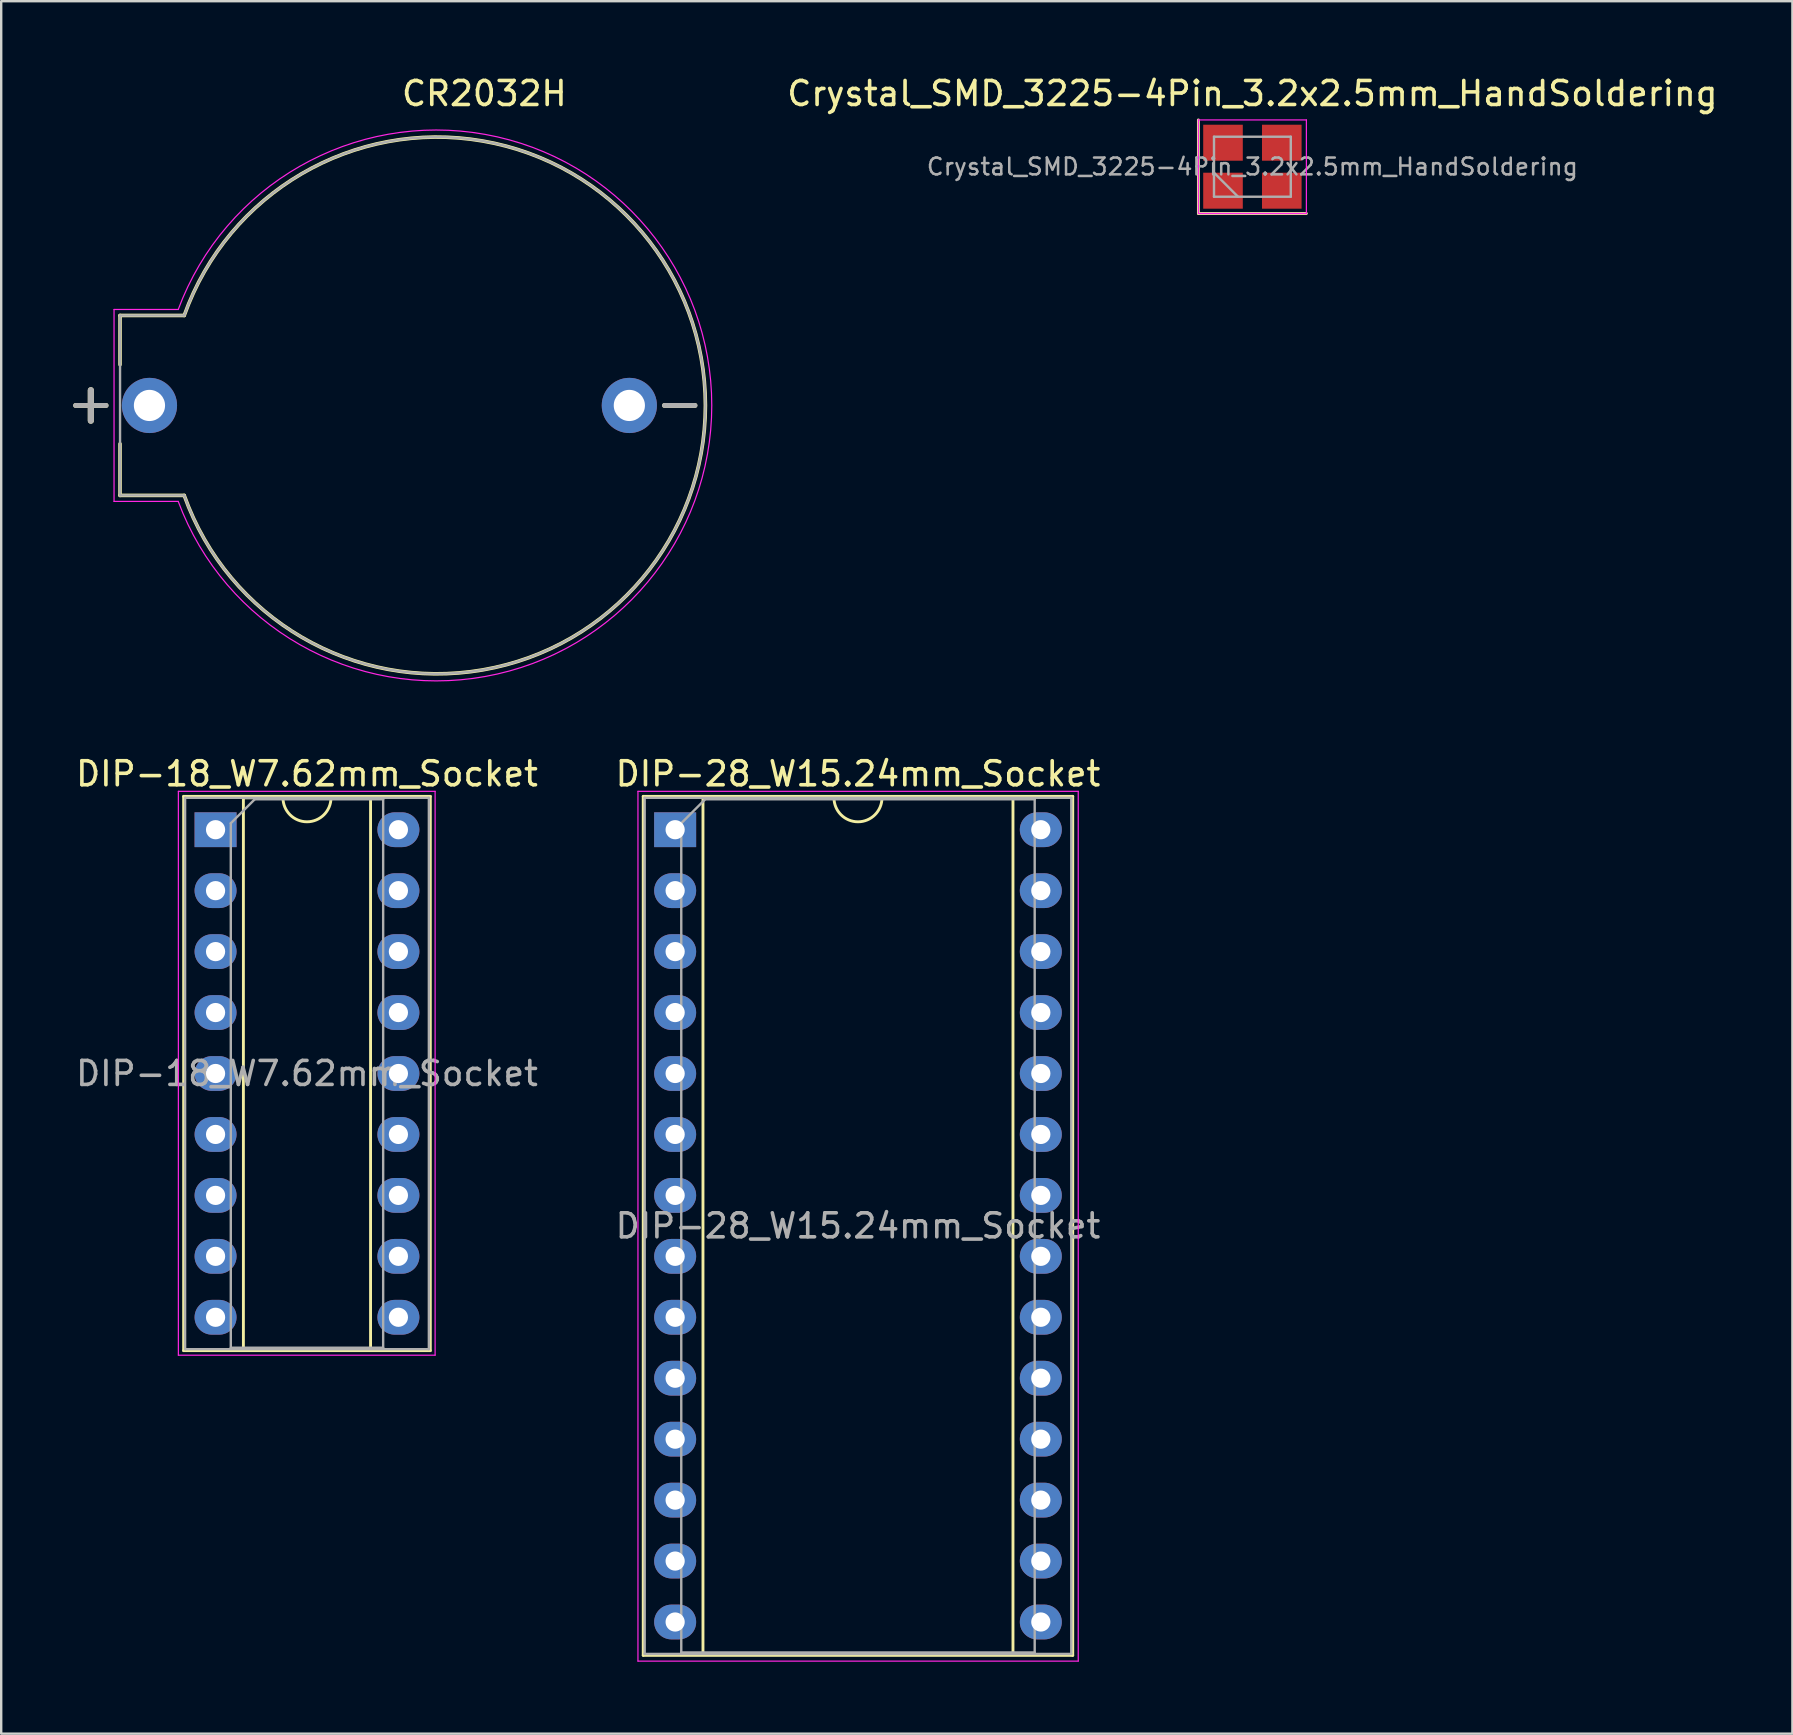
<source format=kicad_pcb>
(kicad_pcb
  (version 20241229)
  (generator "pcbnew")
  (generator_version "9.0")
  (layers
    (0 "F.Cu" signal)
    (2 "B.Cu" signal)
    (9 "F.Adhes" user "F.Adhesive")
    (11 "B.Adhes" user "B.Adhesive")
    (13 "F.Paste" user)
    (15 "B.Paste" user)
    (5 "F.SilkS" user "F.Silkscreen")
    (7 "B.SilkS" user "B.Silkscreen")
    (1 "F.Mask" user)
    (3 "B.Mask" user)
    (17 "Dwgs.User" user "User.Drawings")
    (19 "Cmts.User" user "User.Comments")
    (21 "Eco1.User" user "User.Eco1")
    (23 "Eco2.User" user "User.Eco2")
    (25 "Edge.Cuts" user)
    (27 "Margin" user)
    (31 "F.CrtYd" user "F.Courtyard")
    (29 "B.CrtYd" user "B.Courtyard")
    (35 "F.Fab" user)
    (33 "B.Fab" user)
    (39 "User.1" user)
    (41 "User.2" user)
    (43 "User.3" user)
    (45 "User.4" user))
  (footprint "DIP-18_W7.62mm_Socket"
    (layer "F.Cu")
    (at 5.934 31.53)
    (property "Reference" "DIP-18_W7.62mm_Socket" (at 3.81 -2.33 0) (layer "F.SilkS") (effects (font (size 1 1) (thickness 0.15))))
    (attr through_hole)
    (fp_line (start -1.33 -1.39) (end -1.33 21.71) (stroke (width 0.12) (type solid)) (layer "F.SilkS"))
    (fp_line (start -1.33 21.71) (end 8.95 21.71) (stroke (width 0.12) (type solid)) (layer "F.SilkS"))
    (fp_line (start 1.16 -1.33) (end 1.16 21.65) (stroke (width 0.12) (type solid)) (layer "F.SilkS"))
    (fp_line (start 1.16 21.65) (end 6.46 21.65) (stroke (width 0.12) (type solid)) (layer "F.SilkS"))
    (fp_line (start 2.81 -1.33) (end 1.16 -1.33) (stroke (width 0.12) (type solid)) (layer "F.SilkS"))
    (fp_line (start 6.46 -1.33) (end 4.81 -1.33) (stroke (width 0.12) (type solid)) (layer "F.SilkS"))
    (fp_line (start 6.46 21.65) (end 6.46 -1.33) (stroke (width 0.12) (type solid)) (layer "F.SilkS"))
    (fp_line (start 8.95 -1.39) (end -1.33 -1.39) (stroke (width 0.12) (type solid)) (layer "F.SilkS"))
    (fp_line (start 8.95 21.71) (end 8.95 -1.39) (stroke (width 0.12) (type solid)) (layer "F.SilkS"))
    (fp_arc (start 4.81 -1.33) (mid 3.81 -0.33) (end 2.81 -1.33) (stroke (width 0.12) (type solid)) (layer "F.SilkS"))
    (fp_line (start -1.55 -1.6) (end -1.55 21.9) (stroke (width 0.05) (type solid)) (layer "F.CrtYd"))
    (fp_line (start -1.55 21.9) (end 9.15 21.9) (stroke (width 0.05) (type solid)) (layer "F.CrtYd"))
    (fp_line (start 9.15 -1.6) (end -1.55 -1.6) (stroke (width 0.05) (type solid)) (layer "F.CrtYd"))
    (fp_line (start 9.15 21.9) (end 9.15 -1.6) (stroke (width 0.05) (type solid)) (layer "F.CrtYd"))
    (fp_line (start -1.27 -1.33) (end -1.27 21.65) (stroke (width 0.1) (type solid)) (layer "F.Fab"))
    (fp_line (start -1.27 21.65) (end 8.89 21.65) (stroke (width 0.1) (type solid)) (layer "F.Fab"))
    (fp_line (start 0.635 -0.27) (end 1.635 -1.27) (stroke (width 0.1) (type solid)) (layer "F.Fab"))
    (fp_line (start 0.635 21.59) (end 0.635 -0.27) (stroke (width 0.1) (type solid)) (layer "F.Fab"))
    (fp_line (start 1.635 -1.27) (end 6.985 -1.27) (stroke (width 0.1) (type solid)) (layer "F.Fab"))
    (fp_line (start 6.985 -1.27) (end 6.985 21.59) (stroke (width 0.1) (type solid)) (layer "F.Fab"))
    (fp_line (start 6.985 21.59) (end 0.635 21.59) (stroke (width 0.1) (type solid)) (layer "F.Fab"))
    (fp_line (start 8.89 -1.33) (end -1.27 -1.33) (stroke (width 0.1) (type solid)) (layer "F.Fab"))
    (fp_line (start 8.89 21.65) (end 8.89 -1.33) (stroke (width 0.1) (type solid)) (layer "F.Fab"))
    (fp_text user "${REFERENCE}" (at 3.81 10.16 0) (layer "F.Fab") (effects (font (size 1 1) (thickness 0.15))))
    (pad "1" thru_hole rect (at 0 0) (size 1.75 1.45) (drill 0.8) (layers "*.Cu" "*.Mask"))
    (pad "2" thru_hole oval (at 0 2.54) (size 1.75 1.45) (drill 0.8) (layers "*.Cu" "*.Mask"))
    (pad "3" thru_hole oval (at 0 5.08) (size 1.75 1.45) (drill 0.8) (layers "*.Cu" "*.Mask"))
    (pad "4" thru_hole oval (at 0 7.62) (size 1.75 1.45) (drill 0.8) (layers "*.Cu" "*.Mask"))
    (pad "5" thru_hole oval (at 0 10.16) (size 1.75 1.45) (drill 0.8) (layers "*.Cu" "*.Mask"))
    (pad "6" thru_hole oval (at 0 12.7) (size 1.75 1.45) (drill 0.8) (layers "*.Cu" "*.Mask"))
    (pad "7" thru_hole oval (at 0 15.24) (size 1.75 1.45) (drill 0.8) (layers "*.Cu" "*.Mask"))
    (pad "8" thru_hole oval (at 0 17.78) (size 1.75 1.45) (drill 0.8) (layers "*.Cu" "*.Mask"))
    (pad "9" thru_hole oval (at 0 20.32) (size 1.75 1.45) (drill 0.8) (layers "*.Cu" "*.Mask"))
    (pad "10" thru_hole oval (at 7.62 20.32) (size 1.75 1.45) (drill 0.8) (layers "*.Cu" "*.Mask"))
    (pad "11" thru_hole oval (at 7.62 17.78) (size 1.75 1.45) (drill 0.8) (layers "*.Cu" "*.Mask"))
    (pad "12" thru_hole oval (at 7.62 15.24) (size 1.75 1.45) (drill 0.8) (layers "*.Cu" "*.Mask"))
    (pad "13" thru_hole oval (at 7.62 12.7) (size 1.75 1.45) (drill 0.8) (layers "*.Cu" "*.Mask"))
    (pad "14" thru_hole oval (at 7.62 10.16) (size 1.75 1.45) (drill 0.8) (layers "*.Cu" "*.Mask"))
    (pad "15" thru_hole oval (at 7.62 7.62) (size 1.75 1.45) (drill 0.8) (layers "*.Cu" "*.Mask"))
    (pad "16" thru_hole oval (at 7.62 5.08) (size 1.75 1.45) (drill 0.8) (layers "*.Cu" "*.Mask"))
    (pad "17" thru_hole oval (at 7.62 2.54) (size 1.75 1.45) (drill 0.8) (layers "*.Cu" "*.Mask"))
    (pad "18" thru_hole oval (at 7.62 0) (size 1.75 1.45) (drill 0.8) (layers "*.Cu" "*.Mask")))
  (footprint "DIP-28_W15.24mm_Socket"
    (layer "F.Cu")
    (at 25.088 31.53)
    (property "Reference" "DIP-28_W15.24mm_Socket" (at 7.62 -2.33 0) (layer "F.SilkS") (effects (font (size 1 1) (thickness 0.15))))
    (attr through_hole)
    (fp_line (start -1.33 -1.39) (end -1.33 34.41) (stroke (width 0.12) (type solid)) (layer "F.SilkS"))
    (fp_line (start -1.33 34.41) (end 16.57 34.41) (stroke (width 0.12) (type solid)) (layer "F.SilkS"))
    (fp_line (start 1.16 -1.33) (end 1.16 34.35) (stroke (width 0.12) (type solid)) (layer "F.SilkS"))
    (fp_line (start 1.16 34.35) (end 14.08 34.35) (stroke (width 0.12) (type solid)) (layer "F.SilkS"))
    (fp_line (start 6.62 -1.33) (end 1.16 -1.33) (stroke (width 0.12) (type solid)) (layer "F.SilkS"))
    (fp_line (start 14.08 -1.33) (end 8.62 -1.33) (stroke (width 0.12) (type solid)) (layer "F.SilkS"))
    (fp_line (start 14.08 34.35) (end 14.08 -1.33) (stroke (width 0.12) (type solid)) (layer "F.SilkS"))
    (fp_line (start 16.57 -1.39) (end -1.33 -1.39) (stroke (width 0.12) (type solid)) (layer "F.SilkS"))
    (fp_line (start 16.57 34.41) (end 16.57 -1.39) (stroke (width 0.12) (type solid)) (layer "F.SilkS"))
    (fp_arc (start 8.62 -1.33) (mid 7.62 -0.33) (end 6.62 -1.33) (stroke (width 0.12) (type solid)) (layer "F.SilkS"))
    (fp_line (start -1.55 -1.6) (end -1.55 34.65) (stroke (width 0.05) (type solid)) (layer "F.CrtYd"))
    (fp_line (start -1.55 34.65) (end 16.8 34.65) (stroke (width 0.05) (type solid)) (layer "F.CrtYd"))
    (fp_line (start 16.8 -1.6) (end -1.55 -1.6) (stroke (width 0.05) (type solid)) (layer "F.CrtYd"))
    (fp_line (start 16.8 34.65) (end 16.8 -1.6) (stroke (width 0.05) (type solid)) (layer "F.CrtYd"))
    (fp_line (start -1.27 -1.33) (end -1.27 34.35) (stroke (width 0.1) (type solid)) (layer "F.Fab"))
    (fp_line (start -1.27 34.35) (end 16.51 34.35) (stroke (width 0.1) (type solid)) (layer "F.Fab"))
    (fp_line (start 0.255 -0.27) (end 1.255 -1.27) (stroke (width 0.1) (type solid)) (layer "F.Fab"))
    (fp_line (start 0.255 34.29) (end 0.255 -0.27) (stroke (width 0.1) (type solid)) (layer "F.Fab"))
    (fp_line (start 1.255 -1.27) (end 14.985 -1.27) (stroke (width 0.1) (type solid)) (layer "F.Fab"))
    (fp_line (start 14.985 -1.27) (end 14.985 34.29) (stroke (width 0.1) (type solid)) (layer "F.Fab"))
    (fp_line (start 14.985 34.29) (end 0.255 34.29) (stroke (width 0.1) (type solid)) (layer "F.Fab"))
    (fp_line (start 16.51 -1.33) (end -1.27 -1.33) (stroke (width 0.1) (type solid)) (layer "F.Fab"))
    (fp_line (start 16.51 34.35) (end 16.51 -1.33) (stroke (width 0.1) (type solid)) (layer "F.Fab"))
    (fp_text user "${REFERENCE}" (at 7.62 16.51 0) (layer "F.Fab") (effects (font (size 1 1) (thickness 0.15))))
    (pad "1" thru_hole rect (at 0 0) (size 1.75 1.45) (drill 0.8) (layers "*.Cu" "*.Mask"))
    (pad "2" thru_hole oval (at 0 2.54) (size 1.75 1.45) (drill 0.8) (layers "*.Cu" "*.Mask"))
    (pad "3" thru_hole oval (at 0 5.08) (size 1.75 1.45) (drill 0.8) (layers "*.Cu" "*.Mask"))
    (pad "4" thru_hole oval (at 0 7.62) (size 1.75 1.45) (drill 0.8) (layers "*.Cu" "*.Mask"))
    (pad "5" thru_hole oval (at 0 10.16) (size 1.75 1.45) (drill 0.8) (layers "*.Cu" "*.Mask"))
    (pad "6" thru_hole oval (at 0 12.7) (size 1.75 1.45) (drill 0.8) (layers "*.Cu" "*.Mask"))
    (pad "7" thru_hole oval (at 0 15.24) (size 1.75 1.45) (drill 0.8) (layers "*.Cu" "*.Mask"))
    (pad "8" thru_hole oval (at 0 17.78) (size 1.75 1.45) (drill 0.8) (layers "*.Cu" "*.Mask"))
    (pad "9" thru_hole oval (at 0 20.32) (size 1.75 1.45) (drill 0.8) (layers "*.Cu" "*.Mask"))
    (pad "10" thru_hole oval (at 0 22.86) (size 1.75 1.45) (drill 0.8) (layers "*.Cu" "*.Mask"))
    (pad "11" thru_hole oval (at 0 25.4) (size 1.75 1.45) (drill 0.8) (layers "*.Cu" "*.Mask"))
    (pad "12" thru_hole oval (at 0 27.94) (size 1.75 1.45) (drill 0.8) (layers "*.Cu" "*.Mask"))
    (pad "13" thru_hole oval (at 0 30.48) (size 1.75 1.45) (drill 0.8) (layers "*.Cu" "*.Mask"))
    (pad "14" thru_hole oval (at 0 33.02) (size 1.75 1.45) (drill 0.8) (layers "*.Cu" "*.Mask"))
    (pad "15" thru_hole oval (at 15.24 33.02) (size 1.75 1.45) (drill 0.8) (layers "*.Cu" "*.Mask"))
    (pad "16" thru_hole oval (at 15.24 30.48) (size 1.75 1.45) (drill 0.8) (layers "*.Cu" "*.Mask"))
    (pad "17" thru_hole oval (at 15.24 27.94) (size 1.75 1.45) (drill 0.8) (layers "*.Cu" "*.Mask"))
    (pad "18" thru_hole oval (at 15.24 25.4) (size 1.75 1.45) (drill 0.8) (layers "*.Cu" "*.Mask"))
    (pad "19" thru_hole oval (at 15.24 22.86) (size 1.75 1.45) (drill 0.8) (layers "*.Cu" "*.Mask"))
    (pad "20" thru_hole oval (at 15.24 20.32) (size 1.75 1.45) (drill 0.8) (layers "*.Cu" "*.Mask"))
    (pad "21" thru_hole oval (at 15.24 17.78) (size 1.75 1.45) (drill 0.8) (layers "*.Cu" "*.Mask"))
    (pad "22" thru_hole oval (at 15.24 15.24) (size 1.75 1.45) (drill 0.8) (layers "*.Cu" "*.Mask"))
    (pad "23" thru_hole oval (at 15.24 12.7) (size 1.75 1.45) (drill 0.8) (layers "*.Cu" "*.Mask"))
    (pad "24" thru_hole oval (at 15.24 10.16) (size 1.75 1.45) (drill 0.8) (layers "*.Cu" "*.Mask"))
    (pad "25" thru_hole oval (at 15.24 7.62) (size 1.75 1.45) (drill 0.8) (layers "*.Cu" "*.Mask"))
    (pad "26" thru_hole oval (at 15.24 5.08) (size 1.75 1.45) (drill 0.8) (layers "*.Cu" "*.Mask"))
    (pad "27" thru_hole oval (at 15.24 2.54) (size 1.75 1.45) (drill 0.8) (layers "*.Cu" "*.Mask"))
    (pad "28" thru_hole oval (at 15.24 0) (size 1.75 1.45) (drill 0.8) (layers "*.Cu" "*.Mask")))
  (footprint "Crystal_SMD_3225-4Pin_3.2x2.5mm_HandSoldering"
    (layer "F.Cu")
    (at 49.146 3.898)
    (property "Reference" "Crystal_SMD_3225-4Pin_3.2x2.5mm_HandSoldering" (at 0 -3.05 0) (layer "F.SilkS") (effects (font (size 1 1) (thickness 0.15))))
    (attr smd)
    (fp_line (start -2.25 -1.95) (end -2.25 1.95) (stroke (width 0.12) (type solid)) (layer "F.SilkS"))
    (fp_line (start -2.25 1.95) (end 2.25 1.95) (stroke (width 0.12) (type solid)) (layer "F.SilkS"))
    (fp_line (start -2.25 -1.95) (end -2.25 1.95) (stroke (width 0.05) (type solid)) (layer "F.CrtYd"))
    (fp_line (start -2.25 1.95) (end 2.25 1.95) (stroke (width 0.05) (type solid)) (layer "F.CrtYd"))
    (fp_line (start 2.25 -1.95) (end -2.25 -1.95) (stroke (width 0.05) (type solid)) (layer "F.CrtYd"))
    (fp_line (start 2.25 1.95) (end 2.25 -1.95) (stroke (width 0.05) (type solid)) (layer "F.CrtYd"))
    (fp_line (start -1.6 -1.25) (end -1.6 1.25) (stroke (width 0.1) (type solid)) (layer "F.Fab"))
    (fp_line (start -1.6 0.25) (end -0.6 1.25) (stroke (width 0.1) (type solid)) (layer "F.Fab"))
    (fp_line (start -1.6 1.25) (end 1.6 1.25) (stroke (width 0.1) (type solid)) (layer "F.Fab"))
    (fp_line (start 1.6 -1.25) (end -1.6 -1.25) (stroke (width 0.1) (type solid)) (layer "F.Fab"))
    (fp_line (start 1.6 1.25) (end 1.6 -1.25) (stroke (width 0.1) (type solid)) (layer "F.Fab"))
    (fp_text user "${REFERENCE}" (at 0 0 0) (layer "F.Fab") (effects (font (size 0.7 0.7) (thickness 0.105))))
    (pad "1" smd rect (at -1.225 1) (size 1.65 1.5) (layers "F.Cu" "F.Mask" "F.Paste"))
    (pad "2" smd rect (at 1.225 1) (size 1.65 1.5) (layers "F.Cu" "F.Mask" "F.Paste"))
    (pad "3" smd rect (at 1.225 -1) (size 1.65 1.5) (layers "F.Cu" "F.Mask" "F.Paste"))
    (pad "4" smd rect (at -1.225 -1) (size 1.65 1.5) (layers "F.Cu" "F.Mask" "F.Paste")))
  (footprint "CR2032H"
    (layer "F.Cu")
    (at 3.179 13.848)
    (property "Reference" "CR2032H" (at 13.957 -13 0) (layer "F.SilkS") (effects (font (size 1 1) (thickness 0.15))))
    (attr through_hole)
    (fp_line (start -3.078 0) (end -1.808 0) (stroke (width 0.203) (type solid)) (layer "F.SilkS"))
    (fp_line (start -2.443 0.635) (end -2.443 -0.635) (stroke (width 0.254) (type solid)) (layer "F.SilkS"))
    (fp_line (start -1.227 1.6) (end -1.227 3.75) (stroke (width 0.15) (type solid)) (layer "F.SilkS"))
    (fp_line (start -1.227 3.75) (end 1.449 3.75) (stroke (width 0.15) (type solid)) (layer "F.SilkS"))
    (fp_line (start -1.226 -3.75) (end -1.227 -1.7) (stroke (width 0.15) (type solid)) (layer "F.SilkS"))
    (fp_line (start 1.449 -3.75) (end -1.226 -3.75) (stroke (width 0.15) (type solid)) (layer "F.SilkS"))
    (fp_line (start 21.465 0) (end 22.735 0) (stroke (width 0.203) (type solid)) (layer "F.SilkS"))
    (fp_arc (start 1.448766 -3.75) (mid 23.170252 0) (end 1.448766 3.75) (stroke (width 0.15) (type solid)) (layer "F.SilkS"))
    (fp_line (start -1.476 -4) (end 1.199 -4) (stroke (width 0.05) (type solid)) (layer "F.CrtYd"))
    (fp_line (start -1.476 4) (end -1.476 -4) (stroke (width 0.05) (type solid)) (layer "F.CrtYd"))
    (fp_line (start -1.476 4) (end 1.199 4) (stroke (width 0.05) (type solid)) (layer "F.CrtYd"))
    (fp_arc (start 1.198766 -4) (mid 23.435399 0) (end 1.198766 4) (stroke (width 0.05) (type solid)) (layer "F.CrtYd"))
    (fp_line (start -3.078 0) (end -1.808 0) (stroke (width 0.203) (type solid)) (layer "F.Fab"))
    (fp_line (start -2.443 0.635) (end -2.443 -0.635) (stroke (width 0.254) (type solid)) (layer "F.Fab"))
    (fp_line (start -1.226 -3.75) (end 1.449 -3.75) (stroke (width 0.1) (type solid)) (layer "F.Fab"))
    (fp_line (start -1.226 3.75) (end -1.226 -3.75) (stroke (width 0.1) (type solid)) (layer "F.Fab"))
    (fp_line (start -1.226 3.75) (end 1.449 3.75) (stroke (width 0.1) (type solid)) (layer "F.Fab"))
    (fp_line (start 21.465 0) (end 22.735 0) (stroke (width 0.203) (type solid)) (layer "F.Fab"))
    (fp_arc (start 1.448766 -3.75) (mid 23.170252 0) (end 1.448766 3.75) (stroke (width 0.1) (type solid)) (layer "F.Fab"))
    (fp_text user "+" (at -0.043 0 180) (layer "F.SilkS") (effects (font (size 1.12 1.12) (thickness 0.015))))
    (pad "1" thru_hole circle (at 0 0 180) (size 2.3 2.3) (drill 1.3) (layers "*.Cu" "*.Mask") (remove_unused_layers yes) (keep_end_layers yes) (zone_layer_connections))
    (pad "2" thru_hole circle (at 20 0) (size 2.3 2.3) (drill 1.3) (layers "*.Cu" "*.Mask") (remove_unused_layers yes) (keep_end_layers yes) (zone_layer_connections)))
  (gr_rect
    (start -3 -3)
    (end 71.652 69.205)
    (stroke (width 0.1) (type default))
    (fill no)
    (layer "Edge.Cuts")))
</source>
